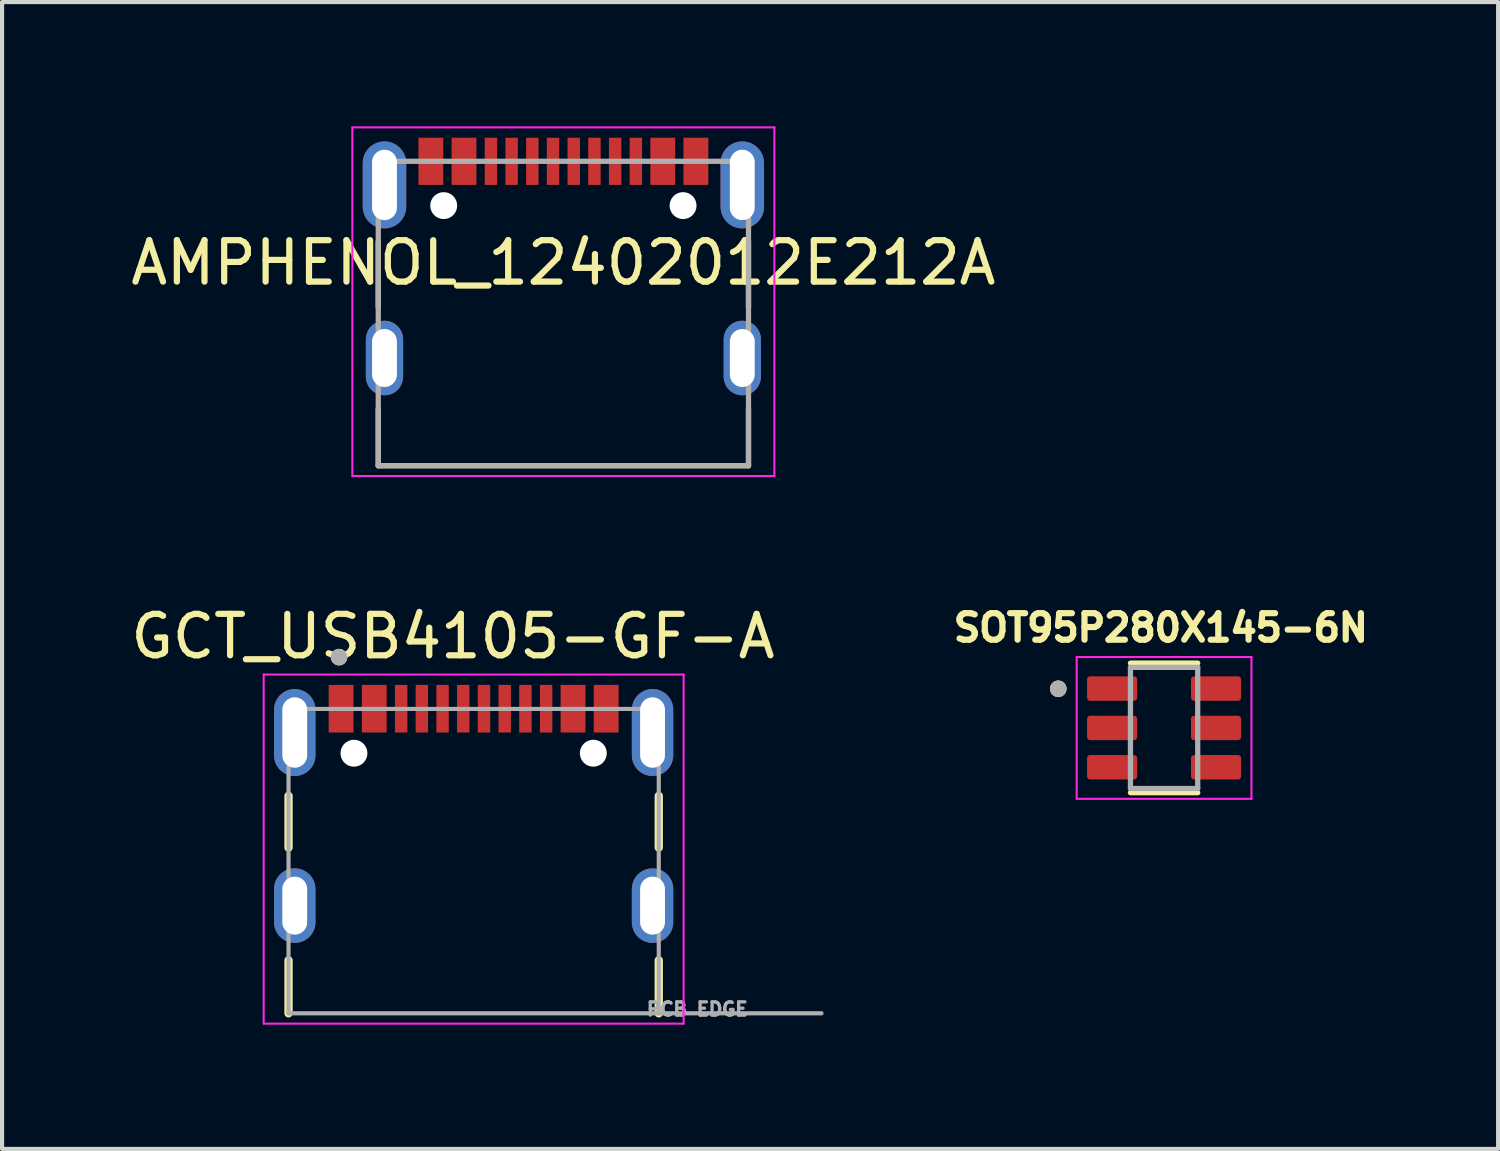
<source format=kicad_pcb>
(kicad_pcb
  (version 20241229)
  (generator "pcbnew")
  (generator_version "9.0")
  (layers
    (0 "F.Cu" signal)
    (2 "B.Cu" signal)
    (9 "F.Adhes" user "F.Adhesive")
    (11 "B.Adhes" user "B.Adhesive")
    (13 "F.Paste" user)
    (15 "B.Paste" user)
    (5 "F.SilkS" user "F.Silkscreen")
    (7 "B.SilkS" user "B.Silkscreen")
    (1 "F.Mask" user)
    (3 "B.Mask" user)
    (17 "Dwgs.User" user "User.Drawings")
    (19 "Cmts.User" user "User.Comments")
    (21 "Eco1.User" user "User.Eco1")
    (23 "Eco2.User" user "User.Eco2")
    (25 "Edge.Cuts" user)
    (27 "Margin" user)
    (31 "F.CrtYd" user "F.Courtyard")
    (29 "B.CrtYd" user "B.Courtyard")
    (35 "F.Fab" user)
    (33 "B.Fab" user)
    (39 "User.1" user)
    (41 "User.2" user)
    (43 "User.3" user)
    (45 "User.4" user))
  (footprint "AMPHENOL_12402012E212A"
    (layer "F.Cu")
    (at 10.554 5.595)
    (property "Reference" "AMPHENOL_12402012E212A" (at 0 -2.3 0) (layer "F.SilkS") (effects (font (size 1 1) (thickness 0.15))))
    (attr smd)
    (fp_line (start -4.47 -2.81) (end -4.47 -1.22) (stroke (width 0.127) (type solid)) (layer "F.SilkS"))
    (fp_line (start -4.47 2.6) (end -4.47 1.22) (stroke (width 0.127) (type solid)) (layer "F.SilkS"))
    (fp_line (start 4.47 -2.81) (end 4.47 -1.22) (stroke (width 0.127) (type solid)) (layer "F.SilkS"))
    (fp_line (start 4.47 2.6) (end -4.47 2.6) (stroke (width 0.127) (type solid)) (layer "F.SilkS"))
    (fp_line (start 4.47 2.6) (end 4.47 1.22) (stroke (width 0.127) (type solid)) (layer "F.SilkS"))
    (fp_line (start -5.095 -5.57) (end -5.095 2.85) (stroke (width 0.05) (type solid)) (layer "F.CrtYd"))
    (fp_line (start -5.095 2.85) (end 5.095 2.85) (stroke (width 0.05) (type solid)) (layer "F.CrtYd"))
    (fp_line (start 5.095 -5.57) (end -5.095 -5.57) (stroke (width 0.05) (type solid)) (layer "F.CrtYd"))
    (fp_line (start 5.095 2.85) (end 5.095 -5.57) (stroke (width 0.05) (type solid)) (layer "F.CrtYd"))
    (fp_line (start -4.47 -4.75) (end 4.47 -4.75) (stroke (width 0.127) (type solid)) (layer "F.Fab"))
    (fp_line (start -4.47 2.6) (end -4.47 -4.75) (stroke (width 0.127) (type solid)) (layer "F.Fab"))
    (fp_line (start 4.47 -4.75) (end 4.47 2.6) (stroke (width 0.127) (type solid)) (layer "F.Fab"))
    (fp_line (start 4.47 2.6) (end -4.47 2.6) (stroke (width 0.127) (type solid)) (layer "F.Fab"))
    (pad "" np_thru_hole circle (at -2.89 -3.68) (size 0.65 0.65) (drill 0.65) (layers "*.Cu" "*.Mask"))
    (pad "" np_thru_hole circle (at 2.89 -3.68) (size 0.65 0.65) (drill 0.65) (layers "*.Cu" "*.Mask"))
    (pad "A1_B12" smd rect (at -3.2 -4.75) (size 0.6 1.14) (layers "F.Cu" "F.Mask" "F.Paste"))
    (pad "A4_B9" smd rect (at -2.4 -4.75) (size 0.6 1.14) (layers "F.Cu" "F.Mask" "F.Paste"))
    (pad "A5" smd rect (at -1.25 -4.75) (size 0.3 1.14) (layers "F.Cu" "F.Mask" "F.Paste"))
    (pad "A6" smd rect (at -0.25 -4.75) (size 0.3 1.14) (layers "F.Cu" "F.Mask" "F.Paste"))
    (pad "A7" smd rect (at 0.25 -4.75) (size 0.3 1.14) (layers "F.Cu" "F.Mask" "F.Paste"))
    (pad "A8" smd rect (at 1.25 -4.75) (size 0.3 1.14) (layers "F.Cu" "F.Mask" "F.Paste"))
    (pad "B1_A12" smd rect (at 3.2 -4.75) (size 0.6 1.14) (layers "F.Cu" "F.Mask" "F.Paste"))
    (pad "B4_A9" smd rect (at 2.4 -4.75) (size 0.6 1.14) (layers "F.Cu" "F.Mask" "F.Paste"))
    (pad "B5" smd rect (at 1.75 -4.75) (size 0.3 1.14) (layers "F.Cu" "F.Mask" "F.Paste"))
    (pad "B6" smd rect (at 0.75 -4.75) (size 0.3 1.14) (layers "F.Cu" "F.Mask" "F.Paste"))
    (pad "B7" smd rect (at -0.75 -4.75) (size 0.3 1.14) (layers "F.Cu" "F.Mask" "F.Paste"))
    (pad "B8" smd rect (at -1.75 -4.75) (size 0.3 1.14) (layers "F.Cu" "F.Mask" "F.Paste"))
    (pad "SH1" thru_hole oval (at -4.32 -4.18) (size 1.05 2.1) (drill oval 0.6 1.7) (layers "*.Cu" "*.Mask"))
    (pad "SH2" thru_hole oval (at 4.32 -4.18) (size 1.05 2.1) (drill oval 0.6 1.7) (layers "*.Cu" "*.Mask"))
    (pad "SH3" thru_hole oval (at -4.32 0) (size 0.9 1.8) (drill oval 0.6 1.4) (layers "*.Cu" "*.Mask"))
    (pad "SH4" thru_hole oval (at 4.32 0) (size 0.9 1.8) (drill oval 0.6 1.4) (layers "*.Cu" "*.Mask")))
  (footprint "SOT95P280X145-6N"
    (layer "F.Cu")
    (at 25.059 14.527)
    (property "Reference" "SOT95P280X145-6N" (at -0.078 -2.419 0) (layer "F.SilkS") (effects (font (size 0.64 0.64) (thickness 0.15))))
    (attr smd)
    (fp_line (start 0.812 -1.565) (end -0.812 -1.565) (stroke (width 0.127) (type solid)) (layer "F.SilkS"))
    (fp_line (start 0.812 1.565) (end -0.812 1.565) (stroke (width 0.127) (type solid)) (layer "F.SilkS"))
    (fp_circle (center -2.555 -0.945) (end -2.455 -0.945) (stroke (width 0.2) (type solid)) (fill no) (layer "F.SilkS"))
    (fp_line (start -2.11 -1.712) (end -2.11 1.712) (stroke (width 0.05) (type solid)) (layer "F.CrtYd"))
    (fp_line (start -2.11 1.712) (end 2.11 1.712) (stroke (width 0.05) (type solid)) (layer "F.CrtYd"))
    (fp_line (start 2.11 -1.712) (end -2.11 -1.712) (stroke (width 0.05) (type solid)) (layer "F.CrtYd"))
    (fp_line (start 2.11 1.712) (end 2.11 -1.712) (stroke (width 0.05) (type solid)) (layer "F.CrtYd"))
    (fp_line (start -0.812 -1.462) (end 0.812 -1.462) (stroke (width 0.127) (type solid)) (layer "F.Fab"))
    (fp_line (start -0.812 1.462) (end -0.812 -1.462) (stroke (width 0.127) (type solid)) (layer "F.Fab"))
    (fp_line (start 0.812 -1.462) (end 0.812 1.462) (stroke (width 0.127) (type solid)) (layer "F.Fab"))
    (fp_line (start 0.812 1.462) (end -0.812 1.462) (stroke (width 0.127) (type solid)) (layer "F.Fab"))
    (fp_circle (center -2.555 -0.945) (end -2.455 -0.945) (stroke (width 0.2) (type solid)) (fill no) (layer "F.Fab"))
    (pad "1" smd roundrect (at -1.255 -0.95) (size 1.21 0.59) (layers "F.Cu" "F.Mask" "F.Paste") (roundrect_rratio 0.125))
    (pad "2" smd roundrect (at -1.255 0) (size 1.21 0.59) (layers "F.Cu" "F.Mask" "F.Paste") (roundrect_rratio 0.125))
    (pad "3" smd roundrect (at -1.255 0.95) (size 1.21 0.59) (layers "F.Cu" "F.Mask" "F.Paste") (roundrect_rratio 0.125))
    (pad "4" smd roundrect (at 1.255 0.95) (size 1.21 0.59) (layers "F.Cu" "F.Mask" "F.Paste") (roundrect_rratio 0.125))
    (pad "5" smd roundrect (at 1.255 0) (size 1.21 0.59) (layers "F.Cu" "F.Mask" "F.Paste") (roundrect_rratio 0.125))
    (pad "6" smd roundrect (at 1.255 -0.95) (size 1.21 0.59) (layers "F.Cu" "F.Mask" "F.Paste") (roundrect_rratio 0.125)))
  (footprint "GCT_USB4105-GF-A"
    (layer "F.Cu")
    (at 8.387 18.818)
    (property "Reference" "GCT_USB4105-GF-A" (at -0.5 -6.5 0) (layer "F.SilkS") (effects (font (size 1 1) (thickness 0.15))))
    (attr smd)
    (fp_poly (pts (xy -3.55 -5.38) (xy -2.85 -5.38) (xy -2.85 -4.13) (xy -3.55 -4.13)) (stroke (width 0.01) (type solid)) (fill yes) (layer "F.Mask"))
    (fp_poly (pts (xy -2.75 -5.38) (xy -2.05 -5.38) (xy -2.05 -4.13) (xy -2.75 -4.13)) (stroke (width 0.01) (type solid)) (fill yes) (layer "F.Mask"))
    (fp_poly (pts (xy -1.95 -5.38) (xy -1.55 -5.38) (xy -1.55 -4.13) (xy -1.95 -4.13)) (stroke (width 0.01) (type solid)) (fill yes) (layer "F.Mask"))
    (fp_poly (pts (xy -1.45 -5.38) (xy -1.05 -5.38) (xy -1.05 -4.13) (xy -1.45 -4.13)) (stroke (width 0.01) (type solid)) (fill yes) (layer "F.Mask"))
    (fp_poly (pts (xy -0.95 -5.38) (xy -0.55 -5.38) (xy -0.55 -4.13) (xy -0.95 -4.13)) (stroke (width 0.01) (type solid)) (fill yes) (layer "F.Mask"))
    (fp_poly (pts (xy -0.45 -5.38) (xy -0.05 -5.38) (xy -0.05 -4.13) (xy -0.45 -4.13)) (stroke (width 0.01) (type solid)) (fill yes) (layer "F.Mask"))
    (fp_poly (pts (xy 0.05 -5.38) (xy 0.45 -5.38) (xy 0.45 -4.13) (xy 0.05 -4.13)) (stroke (width 0.01) (type solid)) (fill yes) (layer "F.Mask"))
    (fp_poly (pts (xy 0.55 -5.38) (xy 0.95 -5.38) (xy 0.95 -4.13) (xy 0.55 -4.13)) (stroke (width 0.01) (type solid)) (fill yes) (layer "F.Mask"))
    (fp_poly (pts (xy 1.05 -5.38) (xy 1.45 -5.38) (xy 1.45 -4.13) (xy 1.05 -4.13)) (stroke (width 0.01) (type solid)) (fill yes) (layer "F.Mask"))
    (fp_poly (pts (xy 1.55 -5.38) (xy 1.95 -5.38) (xy 1.95 -4.13) (xy 1.55 -4.13)) (stroke (width 0.01) (type solid)) (fill yes) (layer "F.Mask"))
    (fp_poly (pts (xy 2.05 -5.38) (xy 2.75 -5.38) (xy 2.75 -4.13) (xy 2.05 -4.13)) (stroke (width 0.01) (type solid)) (fill yes) (layer "F.Mask"))
    (fp_poly (pts (xy 2.85 -5.38) (xy 3.55 -5.38) (xy 3.55 -4.13) (xy 2.85 -4.13)) (stroke (width 0.01) (type solid)) (fill yes) (layer "F.Mask"))
    (fp_line (start -4.47 -2.65) (end -4.47 -1.4) (stroke (width 0.2) (type solid)) (layer "F.SilkS"))
    (fp_line (start -4.47 1.32) (end -4.47 2.6) (stroke (width 0.2) (type solid)) (layer "F.SilkS"))
    (fp_line (start 4.47 -2.65) (end 4.47 -1.4) (stroke (width 0.2) (type solid)) (layer "F.SilkS"))
    (fp_line (start 4.47 2.6) (end 4.47 1.32) (stroke (width 0.2) (type solid)) (layer "F.SilkS"))
    (fp_circle (center -3.25 -6) (end -3.15 -6) (stroke (width 0.2) (type solid)) (fill no) (layer "F.SilkS"))
    (fp_line (start -5.07 -5.58) (end -5.07 2.85) (stroke (width 0.05) (type solid)) (layer "F.CrtYd"))
    (fp_line (start -5.07 2.85) (end 5.07 2.85) (stroke (width 0.05) (type solid)) (layer "F.CrtYd"))
    (fp_line (start 5.07 -5.58) (end -5.07 -5.58) (stroke (width 0.05) (type solid)) (layer "F.CrtYd"))
    (fp_line (start 5.07 2.85) (end 5.07 -5.58) (stroke (width 0.05) (type solid)) (layer "F.CrtYd"))
    (fp_line (start -4.47 -4.75) (end 4.47 -4.75) (stroke (width 0.1) (type solid)) (layer "F.Fab"))
    (fp_line (start -4.47 2.6) (end -4.47 -4.75) (stroke (width 0.1) (type solid)) (layer "F.Fab"))
    (fp_line (start 4.47 -4.75) (end 4.47 2.6) (stroke (width 0.1) (type solid)) (layer "F.Fab"))
    (fp_line (start 4.47 2.6) (end -4.47 2.6) (stroke (width 0.1) (type solid)) (layer "F.Fab"))
    (fp_line (start 4.47 2.6) (end 8.4 2.6) (stroke (width 0.1) (type solid)) (layer "F.Fab"))
    (fp_circle (center -3.25 -6) (end -3.15 -6) (stroke (width 0.2) (type solid)) (fill no) (layer "F.Fab"))
    (fp_text user "PCB EDGE" (at 5.4 2.5 0) (layer "F.Fab") (effects (font (size 0.32 0.32) (thickness 0.15))))
    (pad "" np_thru_hole circle (at -2.89 -3.68) (size 0.65 0.65) (drill 0.65) (layers "*.Cu" "*.Mask"))
    (pad "" np_thru_hole circle (at 2.89 -3.68) (size 0.65 0.65) (drill 0.65) (layers "*.Cu" "*.Mask"))
    (pad "A1_B12" smd rect (at -3.2 -4.755) (size 0.6 1.15) (layers "F.Cu" "F.Paste"))
    (pad "A4_B9" smd rect (at -2.4 -4.755) (size 0.6 1.15) (layers "F.Cu" "F.Paste"))
    (pad "A5" smd rect (at -1.25 -4.755) (size 0.3 1.15) (layers "F.Cu" "F.Paste"))
    (pad "A6" smd rect (at -0.25 -4.755) (size 0.3 1.15) (layers "F.Cu" "F.Paste"))
    (pad "A7" smd rect (at 0.25 -4.755) (size 0.3 1.15) (layers "F.Cu" "F.Paste"))
    (pad "A8" smd rect (at 1.25 -4.755) (size 0.3 1.15) (layers "F.Cu" "F.Paste"))
    (pad "B1_A12" smd rect (at 3.2 -4.755) (size 0.6 1.15) (layers "F.Cu" "F.Paste"))
    (pad "B4_A9" smd rect (at 2.4 -4.755) (size 0.6 1.15) (layers "F.Cu" "F.Paste"))
    (pad "B5" smd rect (at 1.75 -4.755) (size 0.3 1.15) (layers "F.Cu" "F.Paste"))
    (pad "B6" smd rect (at 0.75 -4.755) (size 0.3 1.15) (layers "F.Cu" "F.Paste"))
    (pad "B7" smd rect (at -0.75 -4.755) (size 0.3 1.15) (layers "F.Cu" "F.Paste"))
    (pad "B8" smd rect (at -1.75 -4.755) (size 0.3 1.15) (layers "F.Cu" "F.Paste"))
    (pad "SH1" thru_hole oval (at -4.32 -4.18) (size 1 2.1) (drill oval 0.6 1.7) (layers "*.Cu" "*.Mask"))
    (pad "SH2" thru_hole oval (at 4.32 -4.18) (size 1 2.1) (drill oval 0.6 1.7) (layers "*.Cu" "*.Mask"))
    (pad "SH3" thru_hole oval (at -4.32 0) (size 1 1.8) (drill oval 0.6 1.4) (layers "*.Cu" "*.Mask"))
    (pad "SH4" thru_hole oval (at 4.32 0) (size 1 1.8) (drill oval 0.6 1.4) (layers "*.Cu" "*.Mask")))
  (gr_rect
    (start -3 -3)
    (end 33.125 24.693)
    (stroke (width 0.1) (type default))
    (fill no)
    (layer "Edge.Cuts")))
</source>
